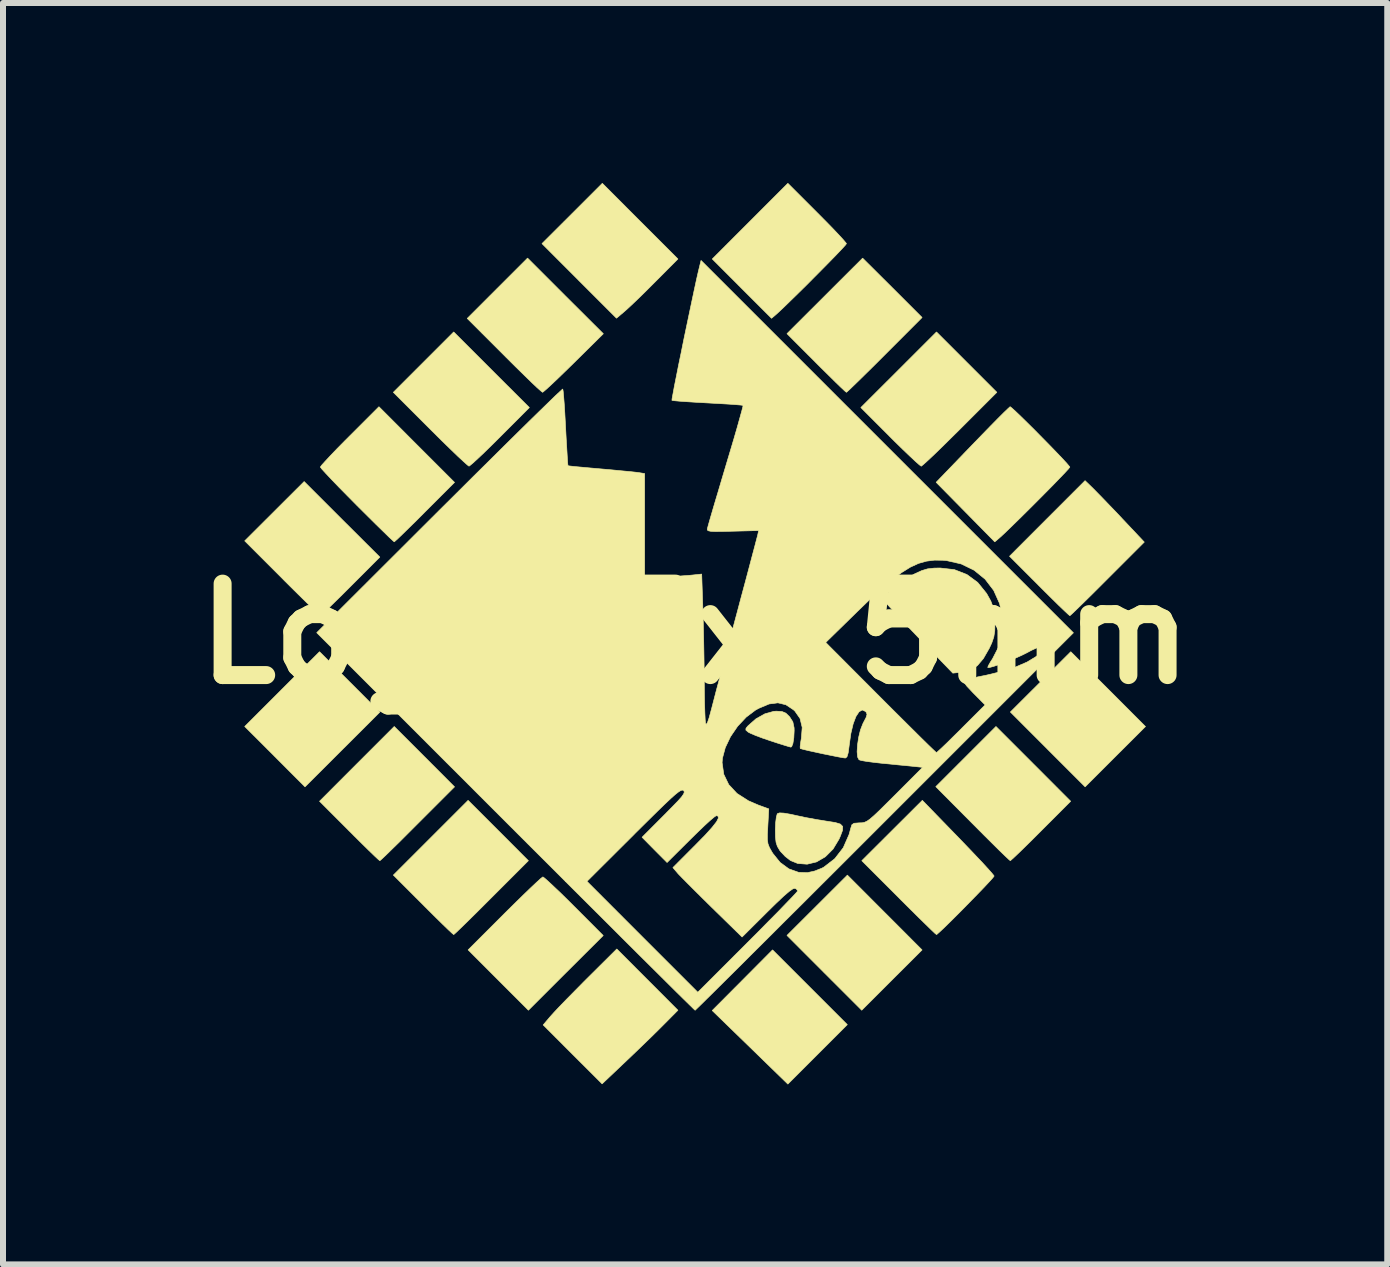
<source format=kicad_pcb>
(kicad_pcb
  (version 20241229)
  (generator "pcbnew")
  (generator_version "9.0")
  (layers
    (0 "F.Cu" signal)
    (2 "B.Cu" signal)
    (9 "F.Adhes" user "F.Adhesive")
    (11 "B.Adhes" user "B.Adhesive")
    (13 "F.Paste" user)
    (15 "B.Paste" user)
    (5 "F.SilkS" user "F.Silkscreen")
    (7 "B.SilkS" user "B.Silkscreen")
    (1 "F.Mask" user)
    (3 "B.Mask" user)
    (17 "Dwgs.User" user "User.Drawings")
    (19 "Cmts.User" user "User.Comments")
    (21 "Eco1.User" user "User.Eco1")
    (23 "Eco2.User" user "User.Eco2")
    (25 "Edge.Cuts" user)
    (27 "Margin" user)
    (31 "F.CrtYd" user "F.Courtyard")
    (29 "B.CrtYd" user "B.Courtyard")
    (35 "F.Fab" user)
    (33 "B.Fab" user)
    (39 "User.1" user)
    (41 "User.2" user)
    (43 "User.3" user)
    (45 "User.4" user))
  (footprint "Logo15x15mm"
    (layer "F.Cu")
    (at 8.534 7.511)
    (property "Reference" "Logo15x15mm" (at 0 0 0) (layer "F.SilkS") (effects (font (size 1.524 1.524) (thickness 0.3))))
    (attr through_hole)
    (fp_poly (pts (xy 1.914 5.892) (xy 2.537 6.515) (xy 1.546 7.506) (xy 0.916 6.893) (xy 0.285 6.28) (xy 0.788 5.775) (xy 1.291 5.269) (xy 1.914 5.892)) (stroke (width 0.01) (type solid)) (fill yes) (layer "F.SilkS"))
    (fp_poly (pts (xy 7.506 1.547) (xy 7.003 2.049) (xy 6.5 2.552) (xy 5.877 1.929) (xy 5.254 1.305) (xy 5.757 0.803) (xy 6.261 0.3) (xy 7.506 1.547)) (stroke (width 0.01) (type solid)) (fill yes) (layer "F.SilkS"))
    (fp_poly (pts (xy -5.757 0.803) (xy -5.254 1.307) (xy -5.877 1.929) (xy -6.501 2.552) (xy -7.003 2.049) (xy -7.506 1.546) (xy -6.883 0.923) (xy -6.259 0.3) (xy -5.757 0.803)) (stroke (width 0.01) (type solid)) (fill yes) (layer "F.SilkS"))
    (fp_poly (pts (xy 3.16 4.646) (xy 3.783 5.27) (xy 3.28 5.772) (xy 2.777 6.275) (xy 2.154 5.652) (xy 1.531 5.028) (xy 2.034 4.526) (xy 2.538 4.023) (xy 3.16 4.646)) (stroke (width 0.01) (type solid)) (fill yes) (layer "F.SilkS"))
    (fp_poly (pts (xy -0.916 -6.875) (xy -0.286 -6.245) (xy -0.661 -5.868) (xy -0.794 -5.735) (xy -0.923 -5.608) (xy -1.038 -5.498) (xy -1.129 -5.413) (xy -1.173 -5.374) (xy -1.31 -5.258) (xy -1.931 -5.879) (xy -2.552 -6.501) (xy -2.049 -7.003) (xy -1.546 -7.506) (xy -0.916 -6.875)) (stroke (width 0.01) (type solid)) (fill yes) (layer "F.SilkS"))
    (fp_poly (pts (xy -5.885 -1.906) (xy -5.254 -1.277) (xy -5.742 -0.788) (xy -5.881 -0.649) (xy -6.007 -0.526) (xy -6.112 -0.423) (xy -6.19 -0.348) (xy -6.236 -0.307) (xy -6.245 -0.3) (xy -6.269 -0.321) (xy -6.33 -0.378) (xy -6.423 -0.468) (xy -6.542 -0.585) (xy -6.682 -0.723) (xy -6.837 -0.877) (xy -6.883 -0.924) (xy -7.506 -1.547) (xy -6.515 -2.536) (xy -5.885 -1.906)) (stroke (width 0.01) (type solid)) (fill yes) (layer "F.SilkS"))
    (fp_poly (pts (xy -3.393 -4.399) (xy -2.762 -3.769) (xy -3.25 -3.28) (xy -3.39 -3.141) (xy -3.517 -3.017) (xy -3.625 -2.915) (xy -3.707 -2.84) (xy -3.757 -2.799) (xy -3.768 -2.792) (xy -3.796 -2.813) (xy -3.861 -2.871) (xy -3.957 -2.96) (xy -4.078 -3.077) (xy -4.22 -3.215) (xy -4.375 -3.369) (xy -4.414 -3.408) (xy -5.029 -4.023) (xy -4.023 -5.029) (xy -3.393 -4.399)) (stroke (width 0.01) (type solid)) (fill yes) (layer "F.SilkS"))
    (fp_poly (pts (xy -2.507 4.074) (xy -2.443 4.131) (xy -2.349 4.219) (xy -2.231 4.331) (xy -2.097 4.463) (xy -2.019 4.541) (xy -1.531 5.03) (xy -2.155 5.652) (xy -2.778 6.275) (xy -3.783 5.269) (xy -3.175 4.661) (xy -3.017 4.505) (xy -2.873 4.364) (xy -2.748 4.243) (xy -2.646 4.147) (xy -2.575 4.082) (xy -2.539 4.054) (xy -2.536 4.053) (xy -2.507 4.074)) (stroke (width 0.01) (type solid)) (fill yes) (layer "F.SilkS"))
    (fp_poly (pts (xy 3.288 -5.765) (xy 3.783 -5.27) (xy 3.16 -4.646) (xy 3.002 -4.488) (xy 2.857 -4.345) (xy 2.732 -4.222) (xy 2.631 -4.124) (xy 2.56 -4.056) (xy 2.525 -4.025) (xy 2.522 -4.023) (xy 2.497 -4.043) (xy 2.436 -4.1) (xy 2.345 -4.188) (xy 2.231 -4.301) (xy 2.098 -4.432) (xy 2.019 -4.511) (xy 1.531 -5) (xy 2.792 -6.259) (xy 3.288 -5.765)) (stroke (width 0.01) (type solid)) (fill yes) (layer "F.SilkS"))
    (fp_poly (pts (xy 5.637 2.169) (xy 6.259 2.792) (xy 5.765 3.287) (xy 5.624 3.428) (xy 5.497 3.553) (xy 5.391 3.656) (xy 5.311 3.732) (xy 5.263 3.775) (xy 5.253 3.783) (xy 5.228 3.762) (xy 5.167 3.705) (xy 5.074 3.615) (xy 4.956 3.498) (xy 4.817 3.36) (xy 4.663 3.205) (xy 4.624 3.166) (xy 4.011 2.549) (xy 5.014 1.546) (xy 5.637 2.169)) (stroke (width 0.01) (type solid)) (fill yes) (layer "F.SilkS"))
    (fp_poly (pts (xy -4.511 2.049) (xy -4.009 2.552) (xy -4.624 3.167) (xy -4.781 3.324) (xy -4.924 3.467) (xy -5.049 3.589) (xy -5.148 3.686) (xy -5.218 3.752) (xy -5.252 3.782) (xy -5.254 3.783) (xy -5.279 3.763) (xy -5.34 3.706) (xy -5.431 3.618) (xy -5.546 3.505) (xy -5.679 3.373) (xy -5.765 3.287) (xy -6.259 2.792) (xy -5.637 2.169) (xy -5.014 1.546) (xy -4.511 2.049)) (stroke (width 0.01) (type solid)) (fill yes) (layer "F.SilkS"))
    (fp_poly (pts (xy -3.28 3.28) (xy -2.778 3.783) (xy -3.393 4.398) (xy -3.55 4.555) (xy -3.694 4.698) (xy -3.818 4.82) (xy -3.917 4.916) (xy -3.987 4.983) (xy -4.021 5.013) (xy -4.023 5.014) (xy -4.048 4.994) (xy -4.109 4.937) (xy -4.2 4.849) (xy -4.315 4.736) (xy -4.448 4.604) (xy -4.534 4.518) (xy -5.029 4.023) (xy -4.406 3.4) (xy -3.783 2.777) (xy -3.28 3.28)) (stroke (width 0.01) (type solid)) (fill yes) (layer "F.SilkS"))
    (fp_poly (pts (xy -2.161 -5.629) (xy -1.529 -4.999) (xy -2.023 -4.511) (xy -2.165 -4.372) (xy -2.292 -4.249) (xy -2.4 -4.147) (xy -2.482 -4.072) (xy -2.531 -4.03) (xy -2.542 -4.023) (xy -2.569 -4.044) (xy -2.633 -4.101) (xy -2.728 -4.191) (xy -2.848 -4.308) (xy -2.989 -4.446) (xy -3.144 -4.6) (xy -3.183 -4.639) (xy -3.798 -5.254) (xy -3.295 -5.757) (xy -2.792 -6.26) (xy -2.161 -5.629)) (stroke (width 0.01) (type solid)) (fill yes) (layer "F.SilkS"))
    (fp_poly (pts (xy -0.796 5.764) (xy -0.286 6.275) (xy -0.511 6.502) (xy -0.61 6.601) (xy -0.739 6.728) (xy -0.887 6.871) (xy -1.04 7.018) (xy -1.143 7.116) (xy -1.55 7.502) (xy -2.041 7.011) (xy -2.532 6.52) (xy -2.409 6.375) (xy -2.351 6.311) (xy -2.259 6.213) (xy -2.14 6.09) (xy -2.003 5.951) (xy -1.856 5.802) (xy -1.796 5.742) (xy -1.305 5.254) (xy -0.796 5.764)) (stroke (width 0.01) (type solid)) (fill yes) (layer "F.SilkS"))
    (fp_poly (pts (xy 4.526 -4.526) (xy 5.029 -4.023) (xy 4.414 -3.408) (xy 4.255 -3.251) (xy 4.11 -3.108) (xy 3.984 -2.986) (xy 3.881 -2.889) (xy 3.808 -2.823) (xy 3.771 -2.793) (xy 3.768 -2.792) (xy 3.739 -2.813) (xy 3.674 -2.87) (xy 3.58 -2.958) (xy 3.462 -3.071) (xy 3.328 -3.202) (xy 3.25 -3.28) (xy 2.762 -3.769) (xy 3.393 -4.399) (xy 4.023 -5.029) (xy 4.526 -4.526)) (stroke (width 0.01) (type solid)) (fill yes) (layer "F.SilkS"))
    (fp_poly (pts (xy 2.034 -7.018) (xy 2.173 -6.878) (xy 2.297 -6.751) (xy 2.399 -6.643) (xy 2.474 -6.561) (xy 2.516 -6.511) (xy 2.522 -6.5) (xy 2.502 -6.473) (xy 2.445 -6.411) (xy 2.359 -6.32) (xy 2.249 -6.207) (xy 2.123 -6.079) (xy 1.987 -5.942) (xy 1.849 -5.803) (xy 1.713 -5.669) (xy 1.587 -5.546) (xy 1.478 -5.44) (xy 1.393 -5.36) (xy 1.35 -5.321) (xy 1.274 -5.256) (xy 0.78 -5.75) (xy 0.286 -6.245) (xy 1.546 -7.506) (xy 2.034 -7.018)) (stroke (width 0.01) (type solid)) (fill yes) (layer "F.SilkS"))
    (fp_poly (pts (xy 6.63 -2.424) (xy 6.694 -2.359) (xy 6.79 -2.261) (xy 6.907 -2.139) (xy 7.035 -2.006) (xy 7.123 -1.912) (xy 7.486 -1.527) (xy 6.873 -0.914) (xy 6.716 -0.757) (xy 6.573 -0.615) (xy 6.449 -0.493) (xy 6.35 -0.397) (xy 6.281 -0.331) (xy 6.247 -0.301) (xy 6.245 -0.3) (xy 6.22 -0.321) (xy 6.159 -0.378) (xy 6.068 -0.465) (xy 5.953 -0.578) (xy 5.82 -0.71) (xy 5.734 -0.796) (xy 5.24 -1.291) (xy 5.869 -1.921) (xy 6.499 -2.551) (xy 6.63 -2.424)) (stroke (width 0.01) (type solid)) (fill yes) (layer "F.SilkS"))
    (fp_poly (pts (xy 1.449 1.297) (xy 1.513 1.324) (xy 1.572 1.381) (xy 1.574 1.383) (xy 1.629 1.469) (xy 1.65 1.569) (xy 1.651 1.616) (xy 1.645 1.736) (xy 1.63 1.83) (xy 1.609 1.883) (xy 1.595 1.89) (xy 1.561 1.881) (xy 1.481 1.857) (xy 1.37 1.822) (xy 1.26 1.786) (xy 1.125 1.74) (xy 1.008 1.696) (xy 0.921 1.659) (xy 0.885 1.64) (xy 0.846 1.606) (xy 0.848 1.576) (xy 0.884 1.533) (xy 1.015 1.418) (xy 1.163 1.335) (xy 1.31 1.294) (xy 1.354 1.291) (xy 1.449 1.297)) (stroke (width 0.01) (type solid)) (fill yes) (layer "F.SilkS"))
    (fp_poly (pts (xy 4.385 3.393) (xy 4.538 3.552) (xy 4.677 3.698) (xy 4.797 3.825) (xy 4.891 3.928) (xy 4.954 4) (xy 4.982 4.036) (xy 4.983 4.039) (xy 4.963 4.066) (xy 4.908 4.128) (xy 4.824 4.218) (xy 4.72 4.326) (xy 4.602 4.447) (xy 4.479 4.573) (xy 4.357 4.696) (xy 4.243 4.809) (xy 4.146 4.904) (xy 4.072 4.973) (xy 4.03 5.01) (xy 4.023 5.014) (xy 3.998 4.994) (xy 3.937 4.936) (xy 3.845 4.846) (xy 3.726 4.73) (xy 3.587 4.592) (xy 3.432 4.438) (xy 3.393 4.398) (xy 2.778 3.783) (xy 3.787 2.777) (xy 4.385 3.393)) (stroke (width 0.01) (type solid)) (fill yes) (layer "F.SilkS"))
    (fp_poly (pts (xy -4.639 -3.152) (xy -4.009 -2.522) (xy -4.504 -2.027) (xy -4.644 -1.886) (xy -4.771 -1.762) (xy -4.877 -1.658) (xy -4.956 -1.582) (xy -5.004 -1.539) (xy -5.014 -1.531) (xy -5.038 -1.552) (xy -5.1 -1.609) (xy -5.192 -1.699) (xy -5.311 -1.815) (xy -5.45 -1.953) (xy -5.604 -2.106) (xy -5.637 -2.139) (xy -5.793 -2.297) (xy -5.935 -2.441) (xy -6.056 -2.567) (xy -6.151 -2.668) (xy -6.216 -2.739) (xy -6.244 -2.775) (xy -6.245 -2.778) (xy -6.225 -2.807) (xy -6.167 -2.871) (xy -6.079 -2.966) (xy -5.967 -3.083) (xy -5.835 -3.217) (xy -5.757 -3.295) (xy -5.269 -3.783) (xy -4.639 -3.152)) (stroke (width 0.01) (type solid)) (fill yes) (layer "F.SilkS"))
    (fp_poly (pts (xy 1.48 2.99) (xy 1.597 3.01) (xy 1.672 3.027) (xy 1.835 3.062) (xy 2.019 3.096) (xy 2.185 3.123) (xy 2.2 3.125) (xy 2.338 3.147) (xy 2.422 3.173) (xy 2.46 3.213) (xy 2.457 3.277) (xy 2.421 3.373) (xy 2.399 3.423) (xy 2.299 3.589) (xy 2.171 3.717) (xy 2.024 3.803) (xy 1.867 3.841) (xy 1.71 3.829) (xy 1.59 3.78) (xy 1.503 3.713) (xy 1.422 3.627) (xy 1.41 3.61) (xy 1.371 3.544) (xy 1.349 3.476) (xy 1.339 3.386) (xy 1.337 3.267) (xy 1.342 3.15) (xy 1.354 3.056) (xy 1.369 3.003) (xy 1.372 2.999) (xy 1.408 2.986) (xy 1.48 2.99)) (stroke (width 0.01) (type solid)) (fill yes) (layer "F.SilkS"))
    (fp_poly (pts (xy 5.278 -3.762) (xy 5.34 -3.706) (xy 5.429 -3.621) (xy 5.538 -3.514) (xy 5.659 -3.394) (xy 5.785 -3.266) (xy 5.909 -3.14) (xy 6.023 -3.022) (xy 6.121 -2.919) (xy 6.195 -2.839) (xy 6.237 -2.789) (xy 6.245 -2.777) (xy 6.225 -2.75) (xy 6.168 -2.688) (xy 6.081 -2.597) (xy 5.972 -2.484) (xy 5.846 -2.356) (xy 5.71 -2.219) (xy 5.571 -2.08) (xy 5.436 -1.946) (xy 5.31 -1.823) (xy 5.201 -1.717) (xy 5.115 -1.636) (xy 5.072 -1.597) (xy 4.994 -1.531) (xy 4.506 -2.027) (xy 4.017 -2.523) (xy 4.624 -3.153) (xy 4.779 -3.313) (xy 4.921 -3.459) (xy 5.044 -3.584) (xy 5.143 -3.683) (xy 5.213 -3.75) (xy 5.248 -3.782) (xy 5.251 -3.783) (xy 5.278 -3.762)) (stroke (width 0.01) (type solid)) (fill yes) (layer "F.SilkS"))
    (fp_poly (pts (xy 4.321 -1.068) (xy 4.529 -0.987) (xy 4.709 -0.855) (xy 4.858 -0.671) (xy 4.928 -0.545) (xy 4.969 -0.436) (xy 4.991 -0.315) (xy 4.997 -0.179) (xy 4.994 -0.046) (xy 4.978 0.055) (xy 4.944 0.154) (xy 4.903 0.242) (xy 4.805 0.413) (xy 4.705 0.531) (xy 4.593 0.604) (xy 4.461 0.639) (xy 4.452 0.64) (xy 4.295 0.657) (xy 3.716 0.058) (xy 3.565 -0.1) (xy 3.428 -0.244) (xy 3.311 -0.371) (xy 3.219 -0.472) (xy 3.157 -0.543) (xy 3.132 -0.577) (xy 3.131 -0.578) (xy 3.151 -0.62) (xy 3.211 -0.683) (xy 3.3 -0.76) (xy 3.409 -0.843) (xy 3.526 -0.921) (xy 3.64 -0.987) (xy 3.662 -0.999) (xy 3.778 -1.052) (xy 3.875 -1.081) (xy 3.982 -1.093) (xy 4.084 -1.095) (xy 4.321 -1.068)) (stroke (width 0.01) (type solid)) (fill yes) (layer "F.SilkS"))
    (fp_poly (pts (xy 3.202 -3.118) (xy 6.305 -0.015) (xy 3.16 3.13) (xy 2.798 3.492) (xy 2.448 3.842) (xy 2.111 4.178) (xy 1.791 4.498) (xy 1.489 4.798) (xy 1.209 5.078) (xy 0.951 5.334) (xy 0.72 5.565) (xy 0.516 5.767) (xy 0.343 5.939) (xy 0.202 6.078) (xy 0.097 6.182) (xy 0.029 6.248) (xy 0.001 6.275) (xy 0 6.275) (xy -0.023 6.254) (xy -0.085 6.193) (xy -0.186 6.094) (xy -0.322 5.96) (xy -0.49 5.793) (xy -0.69 5.594) (xy -0.918 5.368) (xy -1.172 5.115) (xy -1.449 4.838) (xy -1.748 4.54) (xy -2.066 4.223) (xy -2.162 4.127) (xy -1.802 4.127) (xy -0.879 5.051) (xy 0.045 5.975) (xy 0.878 5.142) (xy 1.062 4.958) (xy 1.231 4.786) (xy 1.383 4.633) (xy 1.51 4.501) (xy 1.611 4.397) (xy 1.679 4.324) (xy 1.71 4.288) (xy 1.711 4.285) (xy 1.687 4.255) (xy 1.663 4.243) (xy 1.629 4.252) (xy 1.566 4.296) (xy 1.472 4.377) (xy 1.343 4.499) (xy 1.2 4.64) (xy 0.783 5.055) (xy 0.279 4.562) (xy 0.132 4.417) (xy -0.005 4.281) (xy -0.124 4.162) (xy -0.218 4.067) (xy -0.28 4.003) (xy -0.297 3.983) (xy -0.37 3.898) (xy 0.01 3.517) (xy 0.17 3.354) (xy 0.285 3.226) (xy 0.358 3.133) (xy 0.389 3.071) (xy 0.381 3.039) (xy 0.353 3.032) (xy 0.321 3.053) (xy 0.254 3.109) (xy 0.16 3.195) (xy 0.046 3.304) (xy -0.075 3.423) (xy -0.467 3.813) (xy -0.676 3.603) (xy -0.884 3.392) (xy -0.515 3.022) (xy -0.382 2.887) (xy -0.286 2.788) (xy -0.224 2.718) (xy -0.191 2.67) (xy -0.18 2.639) (xy -0.188 2.618) (xy -0.195 2.612) (xy -0.211 2.606) (xy -0.237 2.612) (xy -0.274 2.635) (xy -0.329 2.678) (xy -0.404 2.745) (xy -0.505 2.84) (xy -0.634 2.965) (xy -0.797 3.126) (xy -0.998 3.325) (xy -1.022 3.35) (xy -1.802 4.127) (xy -2.162 4.127) (xy -2.4 3.889) (xy -2.749 3.541) (xy -3.11 3.18) (xy -3.161 3.129) (xy -4.142 2.148) (xy 0.45 2.148) (xy 0.478 2.343) (xy 0.561 2.515) (xy 0.698 2.662) (xy 0.89 2.785) (xy 1.055 2.856) (xy 1.228 2.919) (xy 1.212 3.209) (xy 1.205 3.343) (xy 1.205 3.435) (xy 1.215 3.502) (xy 1.238 3.562) (xy 1.278 3.633) (xy 1.296 3.662) (xy 1.417 3.812) (xy 1.563 3.919) (xy 1.726 3.977) (xy 1.872 3.982) (xy 1.992 3.955) (xy 2.114 3.907) (xy 2.147 3.889) (xy 2.328 3.749) (xy 2.469 3.567) (xy 2.566 3.346) (xy 2.596 3.235) (xy 2.613 3.183) (xy 2.649 3.159) (xy 2.723 3.153) (xy 2.741 3.152) (xy 2.784 3.151) (xy 2.823 3.143) (xy 2.865 3.124) (xy 2.916 3.088) (xy 2.984 3.029) (xy 3.075 2.943) (xy 3.195 2.824) (xy 3.33 2.69) (xy 3.792 2.227) (xy 3.63 2.21) (xy 3.532 2.2) (xy 3.395 2.187) (xy 3.238 2.171) (xy 3.119 2.16) (xy 2.978 2.144) (xy 2.857 2.128) (xy 2.77 2.113) (xy 2.732 2.101) (xy 2.708 2.055) (xy 2.7 1.967) (xy 2.707 1.852) (xy 2.726 1.726) (xy 2.756 1.603) (xy 2.796 1.5) (xy 2.806 1.48) (xy 2.85 1.396) (xy 2.865 1.346) (xy 2.854 1.312) (xy 2.839 1.295) (xy 2.785 1.271) (xy 2.732 1.302) (xy 2.68 1.381) (xy 2.634 1.503) (xy 2.596 1.662) (xy 2.569 1.852) (xy 2.567 1.869) (xy 2.551 1.987) (xy 2.531 2.052) (xy 2.505 2.072) (xy 2.459 2.066) (xy 2.372 2.05) (xy 2.258 2.027) (xy 2.129 2.001) (xy 2.001 1.973) (xy 1.887 1.948) (xy 1.8 1.927) (xy 1.755 1.914) (xy 1.752 1.912) (xy 1.751 1.879) (xy 1.76 1.806) (xy 1.771 1.742) (xy 1.785 1.562) (xy 1.749 1.413) (xy 1.663 1.29) (xy 1.638 1.267) (xy 1.513 1.184) (xy 1.38 1.152) (xy 1.233 1.171) (xy 1.064 1.242) (xy 1.007 1.273) (xy 0.852 1.39) (xy 0.709 1.542) (xy 0.59 1.716) (xy 0.503 1.899) (xy 0.456 2.074) (xy 0.45 2.148) (xy -4.142 2.148) (xy -6.306 -0.017) (xy -4.264 -2.055) (xy -3.973 -2.344) (xy -3.694 -2.622) (xy -3.43 -2.883) (xy -3.184 -3.127) (xy -2.959 -3.349) (xy -2.758 -3.547) (xy -2.583 -3.718) (xy -2.438 -3.859) (xy -2.326 -3.968) (xy -2.248 -4.04) (xy -2.21 -4.075) (xy -2.206 -4.077) (xy -2.199 -4.044) (xy -2.191 -3.959) (xy -2.181 -3.833) (xy -2.171 -3.674) (xy -2.161 -3.492) (xy -2.158 -3.434) (xy -2.148 -3.247) (xy -2.138 -3.081) (xy -2.13 -2.946) (xy -2.124 -2.851) (xy -2.119 -2.803) (xy -2.119 -2.8) (xy -2.088 -2.795) (xy -2.007 -2.786) (xy -1.886 -2.775) (xy -1.733 -2.761) (xy -1.574 -2.747) (xy -1.393 -2.731) (xy -1.227 -2.715) (xy -1.087 -2.702) (xy -0.985 -2.691) (xy -0.938 -2.685) (xy -0.841 -2.669) (xy -0.841 -0.925) (xy -0.518 -0.944) (xy -0.365 -0.953) (xy -0.217 -0.964) (xy -0.095 -0.973) (xy -0.042 -0.978) (xy 0.11 -0.994) (xy 0.13 -0.402) (xy 0.137 -0.167) (xy 0.143 0.102) (xy 0.148 0.383) (xy 0.152 0.649) (xy 0.153 0.808) (xy 0.155 0.999) (xy 0.158 1.173) (xy 0.163 1.319) (xy 0.168 1.428) (xy 0.174 1.489) (xy 0.176 1.495) (xy 0.188 1.51) (xy 0.207 1.479) (xy 0.234 1.4) (xy 0.27 1.267) (xy 0.281 1.225) (xy 0.308 1.121) (xy 0.348 0.967) (xy 0.4 0.773) (xy 0.46 0.545) (xy 0.527 0.293) (xy 0.566 0.146) (xy 2.177 0.146) (xy 3.092 1.064) (xy 3.285 1.257) (xy 3.465 1.436) (xy 3.627 1.597) (xy 3.767 1.736) (xy 3.881 1.848) (xy 3.964 1.928) (xy 4.012 1.973) (xy 4.023 1.982) (xy 4.047 1.961) (xy 4.108 1.905) (xy 4.197 1.82) (xy 4.307 1.711) (xy 4.433 1.587) (xy 4.435 1.584) (xy 4.833 1.187) (xy 4.633 0.985) (xy 4.532 0.878) (xy 4.478 0.808) (xy 4.47 0.773) (xy 4.475 0.77) (xy 4.521 0.759) (xy 4.612 0.74) (xy 4.734 0.715) (xy 4.849 0.692) (xy 5.107 0.63) (xy 5.338 0.556) (xy 5.533 0.472) (xy 5.681 0.382) (xy 5.706 0.362) (xy 5.769 0.303) (xy 5.787 0.263) (xy 5.774 0.239) (xy 5.743 0.226) (xy 5.69 0.238) (xy 5.603 0.278) (xy 5.538 0.313) (xy 5.44 0.362) (xy 5.322 0.414) (xy 5.197 0.466) (xy 5.076 0.511) (xy 4.974 0.545) (xy 4.903 0.564) (xy 4.877 0.563) (xy 4.886 0.535) (xy 4.921 0.473) (xy 4.956 0.419) (xy 5.068 0.201) (xy 5.122 -0.034) (xy 5.124 -0.252) (xy 5.075 -0.501) (xy 4.976 -0.722) (xy 4.833 -0.909) (xy 4.65 -1.058) (xy 4.434 -1.163) (xy 4.189 -1.219) (xy 4.13 -1.224) (xy 3.989 -1.226) (xy 3.856 -1.209) (xy 3.724 -1.172) (xy 3.587 -1.109) (xy 3.441 -1.018) (xy 3.277 -0.895) (xy 3.092 -0.736) (xy 2.877 -0.537) (xy 2.696 -0.362) (xy 2.177 0.146) (xy 0.566 0.146) (xy 0.599 0.024) (xy 0.673 -0.252) (xy 0.698 -0.345) (xy 0.768 -0.609) (xy 0.835 -0.857) (xy 0.895 -1.083) (xy 0.947 -1.28) (xy 0.99 -1.441) (xy 1.021 -1.56) (xy 1.04 -1.632) (xy 1.044 -1.648) (xy 1.059 -1.719) (xy 0.627 -1.708) (xy 0.458 -1.704) (xy 0.339 -1.703) (xy 0.264 -1.706) (xy 0.222 -1.715) (xy 0.204 -1.728) (xy 0.203 -1.746) (xy 0.214 -1.786) (xy 0.239 -1.876) (xy 0.278 -2.01) (xy 0.328 -2.18) (xy 0.388 -2.38) (xy 0.454 -2.603) (xy 0.511 -2.794) (xy 0.581 -3.028) (xy 0.645 -3.243) (xy 0.7 -3.432) (xy 0.744 -3.59) (xy 0.777 -3.709) (xy 0.796 -3.782) (xy 0.799 -3.804) (xy 0.767 -3.81) (xy 0.684 -3.817) (xy 0.56 -3.826) (xy 0.404 -3.835) (xy 0.225 -3.845) (xy 0.207 -3.846) (xy 0.027 -3.856) (xy -0.132 -3.866) (xy -0.26 -3.875) (xy -0.348 -3.883) (xy -0.386 -3.889) (xy -0.386 -3.889) (xy -0.383 -3.92) (xy -0.368 -4.001) (xy -0.345 -4.126) (xy -0.313 -4.286) (xy -0.276 -4.473) (xy -0.233 -4.68) (xy -0.189 -4.899) (xy -0.142 -5.123) (xy -0.096 -5.342) (xy -0.052 -5.551) (xy -0.012 -5.739) (xy 0.023 -5.901) (xy 0.052 -6.028) (xy 0.067 -6.09) (xy 0.099 -6.221) (xy 3.202 -3.118)) (stroke (width 0.01) (type solid)) (fill yes) (layer "F.SilkS")))
  (gr_rect
    (start -3 -3)
    (end 20.069 18.022)
    (stroke (width 0.1) (type default))
    (fill no)
    (layer "Edge.Cuts")))
</source>
